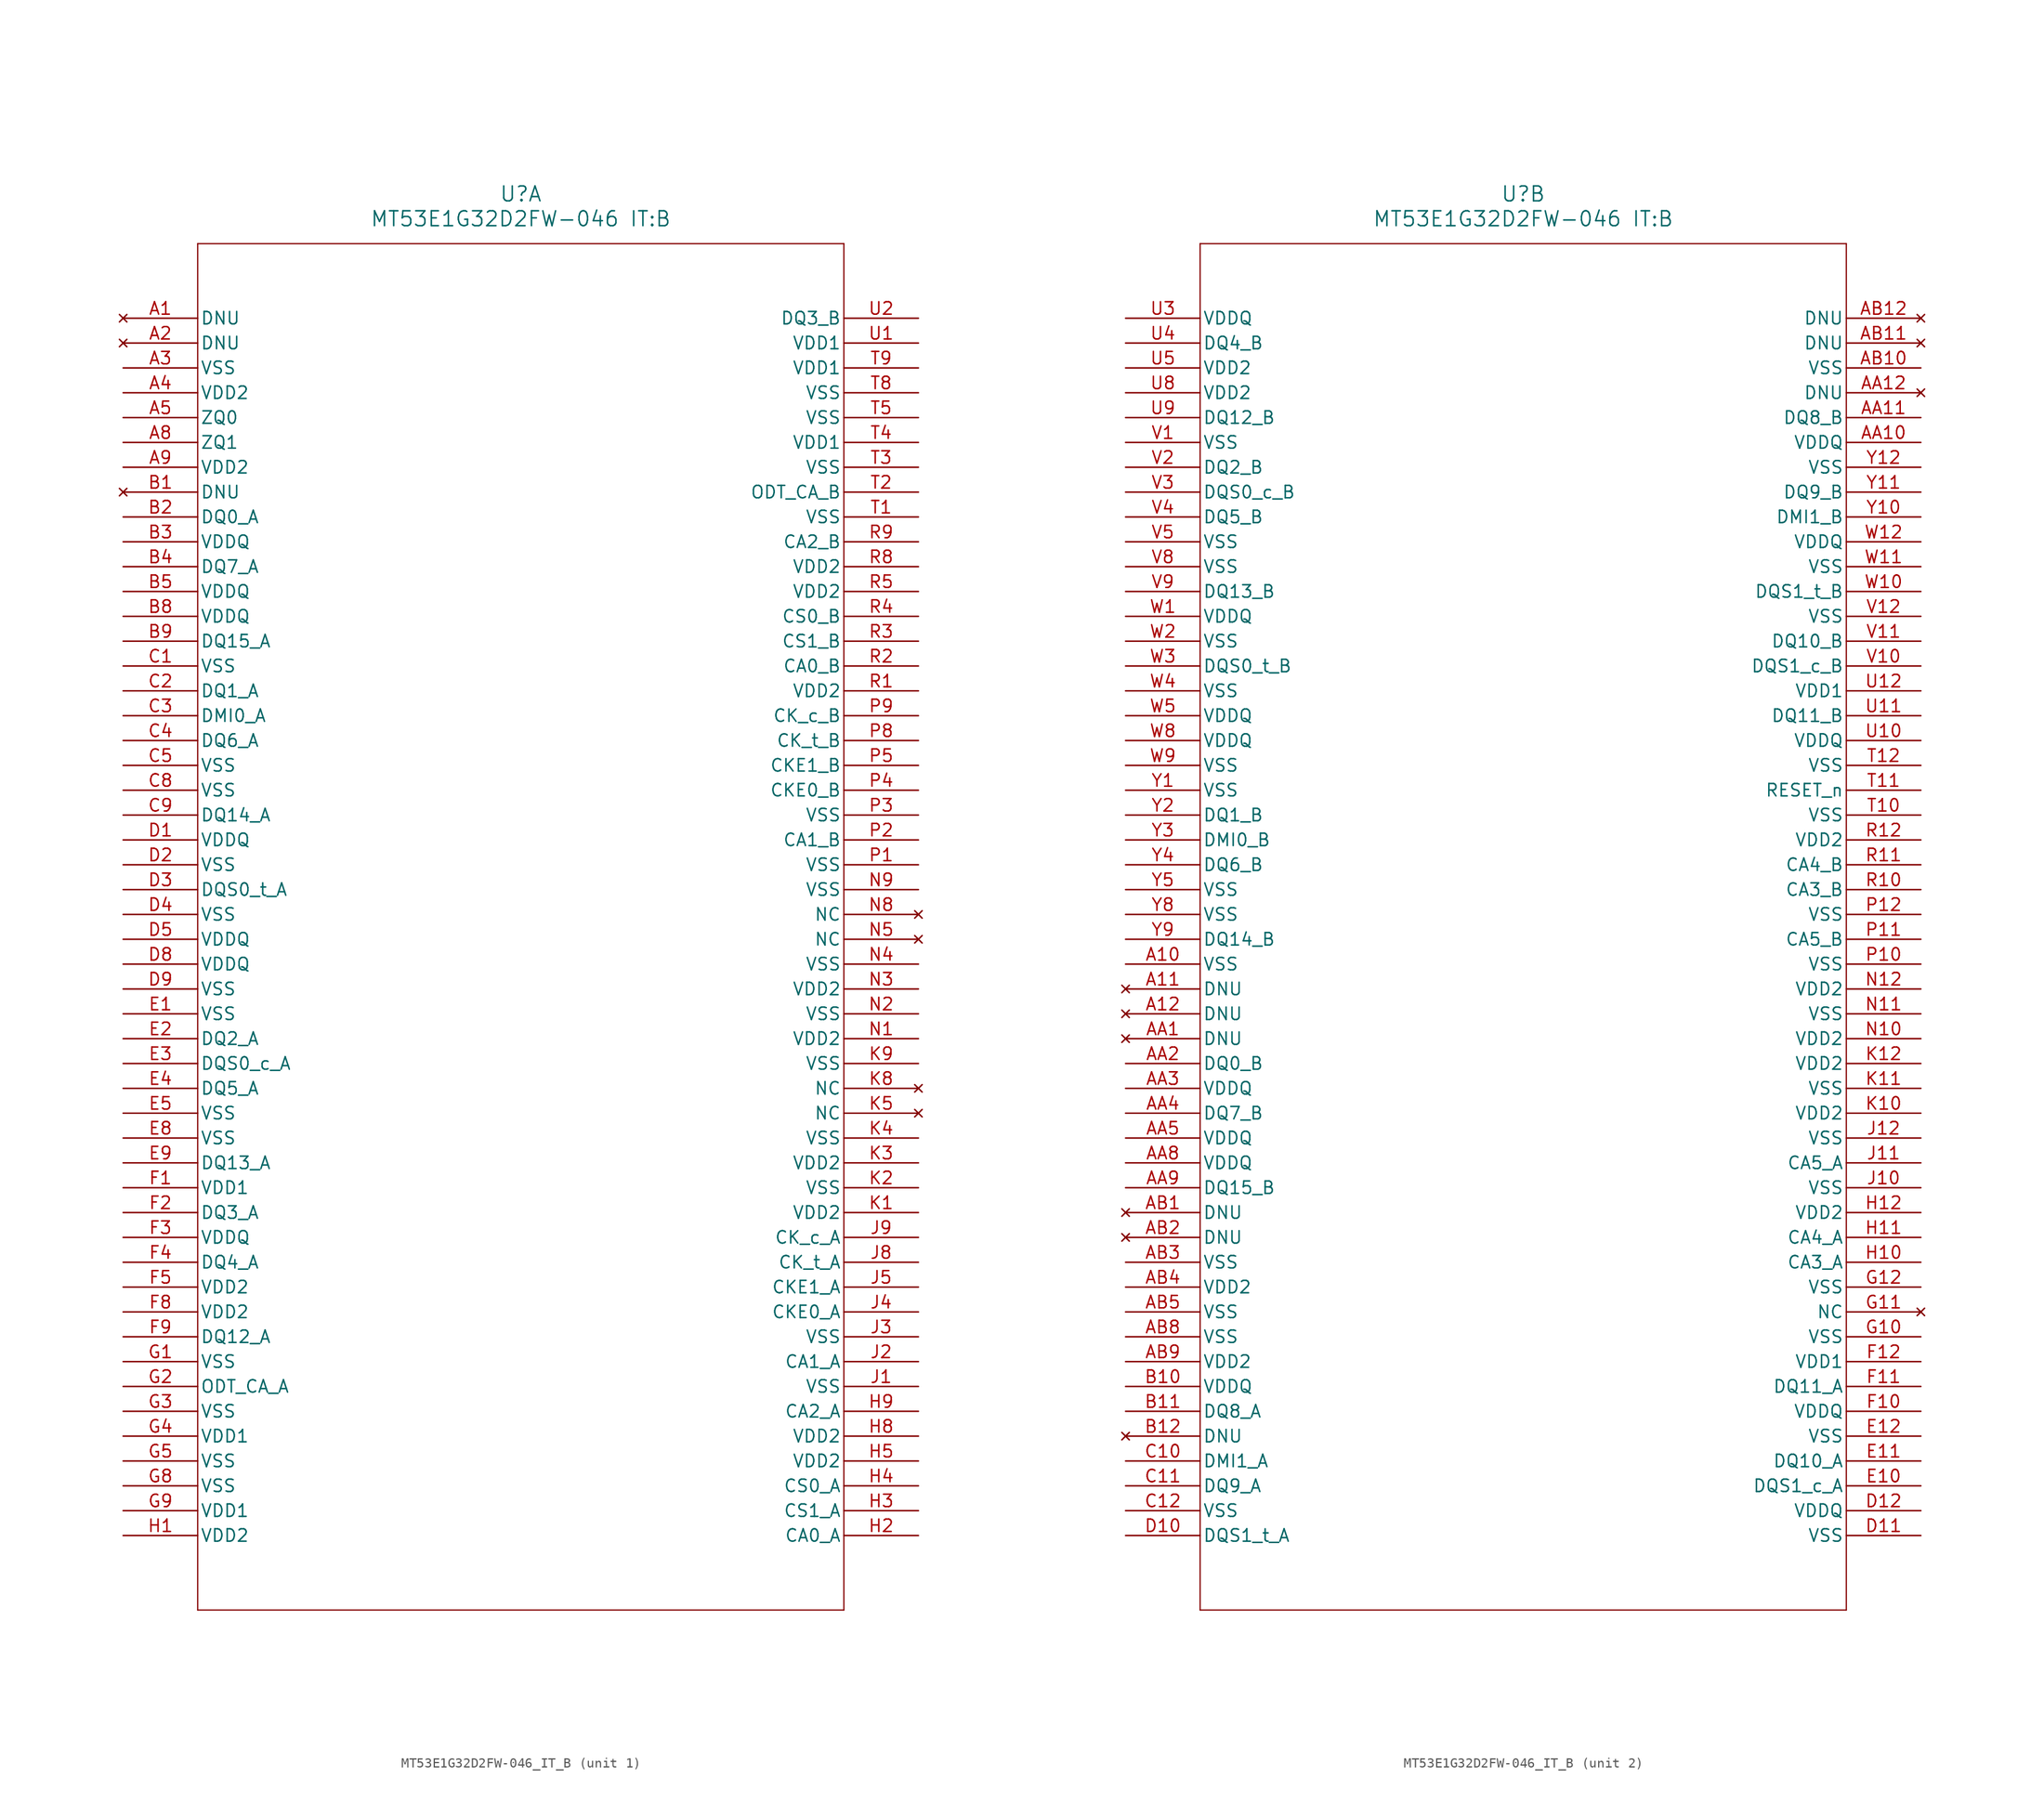
<source format=kicad_sym>
(kicad_symbol_lib
  (version 20211014)
  (generator kicad_symbol_editor)
  (symbol "MT53E1G32D2FW-046_IT_B"
    (pin_names
      (offset 0.254))
    (property "Reference" "U"
      (at 40.64 12.7 0)
      (effects (font (size 1.524 1.524))))
    (property "Value" "MT53E1G32D2FW-046 IT:B"
      (at 40.64 10.16 0)
      (effects (font (size 1.524 1.524))))
    (symbol "MT53E1G32D2FW-046_IT_B_1_1"
      (polyline (pts (xy 7.62 7.62) (xy 7.62 -132.08)) (stroke (width 0.127) (type default) (color 0 0 0 0)) (fill (type none)))
      (polyline (pts (xy 7.62 -132.08) (xy 73.66 -132.08)) (stroke (width 0.127) (type default) (color 0 0 0 0)) (fill (type none)))
      (polyline (pts (xy 73.66 -132.08) (xy 73.66 7.62)) (stroke (width 0.127) (type default) (color 0 0 0 0)) (fill (type none)))
      (polyline (pts (xy 73.66 7.62) (xy 7.62 7.62)) (stroke (width 0.127) (type default) (color 0 0 0 0)) (fill (type none)))
      (pin no_connect line (at 0 0 0) (length 7.62) (name "DNU" (effects (font (size 1.27 1.27)))) (number "A1" (effects (font (size 1.27 1.27)))))
      (pin no_connect line (at 0 -2.54 0) (length 7.62) (name "DNU" (effects (font (size 1.27 1.27)))) (number "A2" (effects (font (size 1.27 1.27)))))
      (pin power_out line (at 0 -5.08 0) (length 7.62) (name "VSS" (effects (font (size 1.27 1.27)))) (number "A3" (effects (font (size 1.27 1.27)))))
      (pin power_in line (at 0 -7.62 0) (length 7.62) (name "VDD2" (effects (font (size 1.27 1.27)))) (number "A4" (effects (font (size 1.27 1.27)))))
      (pin bidirectional line (at 0 -10.16 0) (length 7.62) (name "ZQ0" (effects (font (size 1.27 1.27)))) (number "A5" (effects (font (size 1.27 1.27)))))
      (pin power_in line (at 0 -12.7 0) (length 7.62) (name "ZQ1" (effects (font (size 1.27 1.27)))) (number "A8" (effects (font (size 1.27 1.27)))))
      (pin power_in line (at 0 -15.24 0) (length 7.62) (name "VDD2" (effects (font (size 1.27 1.27)))) (number "A9" (effects (font (size 1.27 1.27)))))
      (pin no_connect line (at 0 -17.78 0) (length 7.62) (name "DNU" (effects (font (size 1.27 1.27)))) (number "B1" (effects (font (size 1.27 1.27)))))
      (pin bidirectional line (at 0 -20.32 0) (length 7.62) (name "DQ0_A" (effects (font (size 1.27 1.27)))) (number "B2" (effects (font (size 1.27 1.27)))))
      (pin power_in line (at 0 -22.86 0) (length 7.62) (name "VDDQ" (effects (font (size 1.27 1.27)))) (number "B3" (effects (font (size 1.27 1.27)))))
      (pin bidirectional line (at 0 -25.4 0) (length 7.62) (name "DQ7_A" (effects (font (size 1.27 1.27)))) (number "B4" (effects (font (size 1.27 1.27)))))
      (pin power_in line (at 0 -27.94 0) (length 7.62) (name "VDDQ" (effects (font (size 1.27 1.27)))) (number "B5" (effects (font (size 1.27 1.27)))))
      (pin power_in line (at 0 -30.48 0) (length 7.62) (name "VDDQ" (effects (font (size 1.27 1.27)))) (number "B8" (effects (font (size 1.27 1.27)))))
      (pin bidirectional line (at 0 -33.02 0) (length 7.62) (name "DQ15_A" (effects (font (size 1.27 1.27)))) (number "B9" (effects (font (size 1.27 1.27)))))
      (pin power_out line (at 0 -35.56 0) (length 7.62) (name "VSS" (effects (font (size 1.27 1.27)))) (number "C1" (effects (font (size 1.27 1.27)))))
      (pin bidirectional line (at 0 -38.1 0) (length 7.62) (name "DQ1_A" (effects (font (size 1.27 1.27)))) (number "C2" (effects (font (size 1.27 1.27)))))
      (pin bidirectional line (at 0 -40.64 0) (length 7.62) (name "DMI0_A" (effects (font (size 1.27 1.27)))) (number "C3" (effects (font (size 1.27 1.27)))))
      (pin bidirectional line (at 0 -43.18 0) (length 7.62) (name "DQ6_A" (effects (font (size 1.27 1.27)))) (number "C4" (effects (font (size 1.27 1.27)))))
      (pin power_out line (at 0 -45.72 0) (length 7.62) (name "VSS" (effects (font (size 1.27 1.27)))) (number "C5" (effects (font (size 1.27 1.27)))))
      (pin power_out line (at 0 -48.26 0) (length 7.62) (name "VSS" (effects (font (size 1.27 1.27)))) (number "C8" (effects (font (size 1.27 1.27)))))
      (pin bidirectional line (at 0 -50.8 0) (length 7.62) (name "DQ14_A" (effects (font (size 1.27 1.27)))) (number "C9" (effects (font (size 1.27 1.27)))))
      (pin power_in line (at 0 -53.34 0) (length 7.62) (name "VDDQ" (effects (font (size 1.27 1.27)))) (number "D1" (effects (font (size 1.27 1.27)))))
      (pin power_out line (at 0 -55.88 0) (length 7.62) (name "VSS" (effects (font (size 1.27 1.27)))) (number "D2" (effects (font (size 1.27 1.27)))))
      (pin bidirectional line (at 0 -58.42 0) (length 7.62) (name "DQS0_t_A" (effects (font (size 1.27 1.27)))) (number "D3" (effects (font (size 1.27 1.27)))))
      (pin power_out line (at 0 -60.96 0) (length 7.62) (name "VSS" (effects (font (size 1.27 1.27)))) (number "D4" (effects (font (size 1.27 1.27)))))
      (pin power_in line (at 0 -63.5 0) (length 7.62) (name "VDDQ" (effects (font (size 1.27 1.27)))) (number "D5" (effects (font (size 1.27 1.27)))))
      (pin power_in line (at 0 -66.04 0) (length 7.62) (name "VDDQ" (effects (font (size 1.27 1.27)))) (number "D8" (effects (font (size 1.27 1.27)))))
      (pin power_out line (at 0 -68.58 0) (length 7.62) (name "VSS" (effects (font (size 1.27 1.27)))) (number "D9" (effects (font (size 1.27 1.27)))))
      (pin power_out line (at 0 -71.12 0) (length 7.62) (name "VSS" (effects (font (size 1.27 1.27)))) (number "E1" (effects (font (size 1.27 1.27)))))
      (pin bidirectional line (at 0 -73.66 0) (length 7.62) (name "DQ2_A" (effects (font (size 1.27 1.27)))) (number "E2" (effects (font (size 1.27 1.27)))))
      (pin bidirectional line (at 0 -76.2 0) (length 7.62) (name "DQS0_c_A" (effects (font (size 1.27 1.27)))) (number "E3" (effects (font (size 1.27 1.27)))))
      (pin bidirectional line (at 0 -78.74 0) (length 7.62) (name "DQ5_A" (effects (font (size 1.27 1.27)))) (number "E4" (effects (font (size 1.27 1.27)))))
      (pin power_out line (at 0 -81.28 0) (length 7.62) (name "VSS" (effects (font (size 1.27 1.27)))) (number "E5" (effects (font (size 1.27 1.27)))))
      (pin power_out line (at 0 -83.82 0) (length 7.62) (name "VSS" (effects (font (size 1.27 1.27)))) (number "E8" (effects (font (size 1.27 1.27)))))
      (pin bidirectional line (at 0 -86.36 0) (length 7.62) (name "DQ13_A" (effects (font (size 1.27 1.27)))) (number "E9" (effects (font (size 1.27 1.27)))))
      (pin power_in line (at 0 -88.9 0) (length 7.62) (name "VDD1" (effects (font (size 1.27 1.27)))) (number "F1" (effects (font (size 1.27 1.27)))))
      (pin bidirectional line (at 0 -91.44 0) (length 7.62) (name "DQ3_A" (effects (font (size 1.27 1.27)))) (number "F2" (effects (font (size 1.27 1.27)))))
      (pin power_in line (at 0 -93.98 0) (length 7.62) (name "VDDQ" (effects (font (size 1.27 1.27)))) (number "F3" (effects (font (size 1.27 1.27)))))
      (pin bidirectional line (at 0 -96.52 0) (length 7.62) (name "DQ4_A" (effects (font (size 1.27 1.27)))) (number "F4" (effects (font (size 1.27 1.27)))))
      (pin power_in line (at 0 -99.06 0) (length 7.62) (name "VDD2" (effects (font (size 1.27 1.27)))) (number "F5" (effects (font (size 1.27 1.27)))))
      (pin power_in line (at 0 -101.6 0) (length 7.62) (name "VDD2" (effects (font (size 1.27 1.27)))) (number "F8" (effects (font (size 1.27 1.27)))))
      (pin bidirectional line (at 0 -104.14 0) (length 7.62) (name "DQ12_A" (effects (font (size 1.27 1.27)))) (number "F9" (effects (font (size 1.27 1.27)))))
      (pin power_out line (at 0 -106.68 0) (length 7.62) (name "VSS" (effects (font (size 1.27 1.27)))) (number "G1" (effects (font (size 1.27 1.27)))))
      (pin input line (at 0 -109.22 0) (length 7.62) (name "ODT_CA_A" (effects (font (size 1.27 1.27)))) (number "G2" (effects (font (size 1.27 1.27)))))
      (pin power_out line (at 0 -111.76 0) (length 7.62) (name "VSS" (effects (font (size 1.27 1.27)))) (number "G3" (effects (font (size 1.27 1.27)))))
      (pin power_in line (at 0 -114.3 0) (length 7.62) (name "VDD1" (effects (font (size 1.27 1.27)))) (number "G4" (effects (font (size 1.27 1.27)))))
      (pin power_out line (at 0 -116.84 0) (length 7.62) (name "VSS" (effects (font (size 1.27 1.27)))) (number "G5" (effects (font (size 1.27 1.27)))))
      (pin power_out line (at 0 -119.38 0) (length 7.62) (name "VSS" (effects (font (size 1.27 1.27)))) (number "G8" (effects (font (size 1.27 1.27)))))
      (pin power_in line (at 0 -121.92 0) (length 7.62) (name "VDD1" (effects (font (size 1.27 1.27)))) (number "G9" (effects (font (size 1.27 1.27)))))
      (pin power_in line (at 0 -124.46 0) (length 7.62) (name "VDD2" (effects (font (size 1.27 1.27)))) (number "H1" (effects (font (size 1.27 1.27)))))
      (pin input line (at 81.28 -124.46 180) (length 7.62) (name "CA0_A" (effects (font (size 1.27 1.27)))) (number "H2" (effects (font (size 1.27 1.27)))))
      (pin input line (at 81.28 -121.92 180) (length 7.62) (name "CS1_A" (effects (font (size 1.27 1.27)))) (number "H3" (effects (font (size 1.27 1.27)))))
      (pin input line (at 81.28 -119.38 180) (length 7.62) (name "CS0_A" (effects (font (size 1.27 1.27)))) (number "H4" (effects (font (size 1.27 1.27)))))
      (pin power_in line (at 81.28 -116.84 180) (length 7.62) (name "VDD2" (effects (font (size 1.27 1.27)))) (number "H5" (effects (font (size 1.27 1.27)))))
      (pin power_in line (at 81.28 -114.3 180) (length 7.62) (name "VDD2" (effects (font (size 1.27 1.27)))) (number "H8" (effects (font (size 1.27 1.27)))))
      (pin input line (at 81.28 -111.76 180) (length 7.62) (name "CA2_A" (effects (font (size 1.27 1.27)))) (number "H9" (effects (font (size 1.27 1.27)))))
      (pin power_out line (at 81.28 -109.22 180) (length 7.62) (name "VSS" (effects (font (size 1.27 1.27)))) (number "J1" (effects (font (size 1.27 1.27)))))
      (pin input line (at 81.28 -106.68 180) (length 7.62) (name "CA1_A" (effects (font (size 1.27 1.27)))) (number "J2" (effects (font (size 1.27 1.27)))))
      (pin power_out line (at 81.28 -104.14 180) (length 7.62) (name "VSS" (effects (font (size 1.27 1.27)))) (number "J3" (effects (font (size 1.27 1.27)))))
      (pin input line (at 81.28 -101.6 180) (length 7.62) (name "CKE0_A" (effects (font (size 1.27 1.27)))) (number "J4" (effects (font (size 1.27 1.27)))))
      (pin input line (at 81.28 -99.06 180) (length 7.62) (name "CKE1_A" (effects (font (size 1.27 1.27)))) (number "J5" (effects (font (size 1.27 1.27)))))
      (pin input line (at 81.28 -96.52 180) (length 7.62) (name "CK_t_A" (effects (font (size 1.27 1.27)))) (number "J8" (effects (font (size 1.27 1.27)))))
      (pin input line (at 81.28 -93.98 180) (length 7.62) (name "CK_c_A" (effects (font (size 1.27 1.27)))) (number "J9" (effects (font (size 1.27 1.27)))))
      (pin power_in line (at 81.28 -91.44 180) (length 7.62) (name "VDD2" (effects (font (size 1.27 1.27)))) (number "K1" (effects (font (size 1.27 1.27)))))
      (pin power_out line (at 81.28 -88.9 180) (length 7.62) (name "VSS" (effects (font (size 1.27 1.27)))) (number "K2" (effects (font (size 1.27 1.27)))))
      (pin power_in line (at 81.28 -86.36 180) (length 7.62) (name "VDD2" (effects (font (size 1.27 1.27)))) (number "K3" (effects (font (size 1.27 1.27)))))
      (pin power_out line (at 81.28 -83.82 180) (length 7.62) (name "VSS" (effects (font (size 1.27 1.27)))) (number "K4" (effects (font (size 1.27 1.27)))))
      (pin no_connect line (at 81.28 -81.28 180) (length 7.62) (name "NC" (effects (font (size 1.27 1.27)))) (number "K5" (effects (font (size 1.27 1.27)))))
      (pin no_connect line (at 81.28 -78.74 180) (length 7.62) (name "NC" (effects (font (size 1.27 1.27)))) (number "K8" (effects (font (size 1.27 1.27)))))
      (pin power_out line (at 81.28 -76.2 180) (length 7.62) (name "VSS" (effects (font (size 1.27 1.27)))) (number "K9" (effects (font (size 1.27 1.27)))))
      (pin power_in line (at 81.28 -73.66 180) (length 7.62) (name "VDD2" (effects (font (size 1.27 1.27)))) (number "N1" (effects (font (size 1.27 1.27)))))
      (pin power_out line (at 81.28 -71.12 180) (length 7.62) (name "VSS" (effects (font (size 1.27 1.27)))) (number "N2" (effects (font (size 1.27 1.27)))))
      (pin power_in line (at 81.28 -68.58 180) (length 7.62) (name "VDD2" (effects (font (size 1.27 1.27)))) (number "N3" (effects (font (size 1.27 1.27)))))
      (pin power_out line (at 81.28 -66.04 180) (length 7.62) (name "VSS" (effects (font (size 1.27 1.27)))) (number "N4" (effects (font (size 1.27 1.27)))))
      (pin no_connect line (at 81.28 -63.5 180) (length 7.62) (name "NC" (effects (font (size 1.27 1.27)))) (number "N5" (effects (font (size 1.27 1.27)))))
      (pin no_connect line (at 81.28 -60.96 180) (length 7.62) (name "NC" (effects (font (size 1.27 1.27)))) (number "N8" (effects (font (size 1.27 1.27)))))
      (pin power_out line (at 81.28 -58.42 180) (length 7.62) (name "VSS" (effects (font (size 1.27 1.27)))) (number "N9" (effects (font (size 1.27 1.27)))))
      (pin power_out line (at 81.28 -55.88 180) (length 7.62) (name "VSS" (effects (font (size 1.27 1.27)))) (number "P1" (effects (font (size 1.27 1.27)))))
      (pin input line (at 81.28 -53.34 180) (length 7.62) (name "CA1_B" (effects (font (size 1.27 1.27)))) (number "P2" (effects (font (size 1.27 1.27)))))
      (pin power_out line (at 81.28 -50.8 180) (length 7.62) (name "VSS" (effects (font (size 1.27 1.27)))) (number "P3" (effects (font (size 1.27 1.27)))))
      (pin input line (at 81.28 -48.26 180) (length 7.62) (name "CKE0_B" (effects (font (size 1.27 1.27)))) (number "P4" (effects (font (size 1.27 1.27)))))
      (pin input line (at 81.28 -45.72 180) (length 7.62) (name "CKE1_B" (effects (font (size 1.27 1.27)))) (number "P5" (effects (font (size 1.27 1.27)))))
      (pin input line (at 81.28 -43.18 180) (length 7.62) (name "CK_t_B" (effects (font (size 1.27 1.27)))) (number "P8" (effects (font (size 1.27 1.27)))))
      (pin input line (at 81.28 -40.64 180) (length 7.62) (name "CK_c_B" (effects (font (size 1.27 1.27)))) (number "P9" (effects (font (size 1.27 1.27)))))
      (pin power_in line (at 81.28 -38.1 180) (length 7.62) (name "VDD2" (effects (font (size 1.27 1.27)))) (number "R1" (effects (font (size 1.27 1.27)))))
      (pin input line (at 81.28 -35.56 180) (length 7.62) (name "CA0_B" (effects (font (size 1.27 1.27)))) (number "R2" (effects (font (size 1.27 1.27)))))
      (pin input line (at 81.28 -33.02 180) (length 7.62) (name "CS1_B" (effects (font (size 1.27 1.27)))) (number "R3" (effects (font (size 1.27 1.27)))))
      (pin input line (at 81.28 -30.48 180) (length 7.62) (name "CS0_B" (effects (font (size 1.27 1.27)))) (number "R4" (effects (font (size 1.27 1.27)))))
      (pin power_in line (at 81.28 -27.94 180) (length 7.62) (name "VDD2" (effects (font (size 1.27 1.27)))) (number "R5" (effects (font (size 1.27 1.27)))))
      (pin power_in line (at 81.28 -25.4 180) (length 7.62) (name "VDD2" (effects (font (size 1.27 1.27)))) (number "R8" (effects (font (size 1.27 1.27)))))
      (pin input line (at 81.28 -22.86 180) (length 7.62) (name "CA2_B" (effects (font (size 1.27 1.27)))) (number "R9" (effects (font (size 1.27 1.27)))))
      (pin power_out line (at 81.28 -20.32 180) (length 7.62) (name "VSS" (effects (font (size 1.27 1.27)))) (number "T1" (effects (font (size 1.27 1.27)))))
      (pin input line (at 81.28 -17.78 180) (length 7.62) (name "ODT_CA_B" (effects (font (size 1.27 1.27)))) (number "T2" (effects (font (size 1.27 1.27)))))
      (pin power_out line (at 81.28 -15.24 180) (length 7.62) (name "VSS" (effects (font (size 1.27 1.27)))) (number "T3" (effects (font (size 1.27 1.27)))))
      (pin power_in line (at 81.28 -12.7 180) (length 7.62) (name "VDD1" (effects (font (size 1.27 1.27)))) (number "T4" (effects (font (size 1.27 1.27)))))
      (pin power_out line (at 81.28 -10.16 180) (length 7.62) (name "VSS" (effects (font (size 1.27 1.27)))) (number "T5" (effects (font (size 1.27 1.27)))))
      (pin power_out line (at 81.28 -7.62 180) (length 7.62) (name "VSS" (effects (font (size 1.27 1.27)))) (number "T8" (effects (font (size 1.27 1.27)))))
      (pin power_in line (at 81.28 -5.08 180) (length 7.62) (name "VDD1" (effects (font (size 1.27 1.27)))) (number "T9" (effects (font (size 1.27 1.27)))))
      (pin power_in line (at 81.28 -2.54 180) (length 7.62) (name "VDD1" (effects (font (size 1.27 1.27)))) (number "U1" (effects (font (size 1.27 1.27)))))
      (pin bidirectional line (at 81.28 0 180) (length 7.62) (name "DQ3_B" (effects (font (size 1.27 1.27)))) (number "U2" (effects (font (size 1.27 1.27))))))
    (symbol "MT53E1G32D2FW-046_IT_B_2_1"
      (polyline (pts (xy 7.62 7.62) (xy 7.62 -132.08)) (stroke (width 0.127) (type default) (color 0 0 0 0)) (fill (type none)))
      (polyline (pts (xy 7.62 -132.08) (xy 73.66 -132.08)) (stroke (width 0.127) (type default) (color 0 0 0 0)) (fill (type none)))
      (polyline (pts (xy 73.66 -132.08) (xy 73.66 7.62)) (stroke (width 0.127) (type default) (color 0 0 0 0)) (fill (type none)))
      (polyline (pts (xy 73.66 7.62) (xy 7.62 7.62)) (stroke (width 0.127) (type default) (color 0 0 0 0)) (fill (type none)))
      (pin power_in line (at 0 0 0) (length 7.62) (name "VDDQ" (effects (font (size 1.27 1.27)))) (number "U3" (effects (font (size 1.27 1.27)))))
      (pin bidirectional line (at 0 -2.54 0) (length 7.62) (name "DQ4_B" (effects (font (size 1.27 1.27)))) (number "U4" (effects (font (size 1.27 1.27)))))
      (pin power_in line (at 0 -5.08 0) (length 7.62) (name "VDD2" (effects (font (size 1.27 1.27)))) (number "U5" (effects (font (size 1.27 1.27)))))
      (pin power_in line (at 0 -7.62 0) (length 7.62) (name "VDD2" (effects (font (size 1.27 1.27)))) (number "U8" (effects (font (size 1.27 1.27)))))
      (pin bidirectional line (at 0 -10.16 0) (length 7.62) (name "DQ12_B" (effects (font (size 1.27 1.27)))) (number "U9" (effects (font (size 1.27 1.27)))))
      (pin power_out line (at 0 -12.7 0) (length 7.62) (name "VSS" (effects (font (size 1.27 1.27)))) (number "V1" (effects (font (size 1.27 1.27)))))
      (pin bidirectional line (at 0 -15.24 0) (length 7.62) (name "DQ2_B" (effects (font (size 1.27 1.27)))) (number "V2" (effects (font (size 1.27 1.27)))))
      (pin bidirectional line (at 0 -17.78 0) (length 7.62) (name "DQS0_c_B" (effects (font (size 1.27 1.27)))) (number "V3" (effects (font (size 1.27 1.27)))))
      (pin bidirectional line (at 0 -20.32 0) (length 7.62) (name "DQ5_B" (effects (font (size 1.27 1.27)))) (number "V4" (effects (font (size 1.27 1.27)))))
      (pin power_out line (at 0 -22.86 0) (length 7.62) (name "VSS" (effects (font (size 1.27 1.27)))) (number "V5" (effects (font (size 1.27 1.27)))))
      (pin power_out line (at 0 -25.4 0) (length 7.62) (name "VSS" (effects (font (size 1.27 1.27)))) (number "V8" (effects (font (size 1.27 1.27)))))
      (pin bidirectional line (at 0 -27.94 0) (length 7.62) (name "DQ13_B" (effects (font (size 1.27 1.27)))) (number "V9" (effects (font (size 1.27 1.27)))))
      (pin power_in line (at 0 -30.48 0) (length 7.62) (name "VDDQ" (effects (font (size 1.27 1.27)))) (number "W1" (effects (font (size 1.27 1.27)))))
      (pin power_out line (at 0 -33.02 0) (length 7.62) (name "VSS" (effects (font (size 1.27 1.27)))) (number "W2" (effects (font (size 1.27 1.27)))))
      (pin bidirectional line (at 0 -35.56 0) (length 7.62) (name "DQS0_t_B" (effects (font (size 1.27 1.27)))) (number "W3" (effects (font (size 1.27 1.27)))))
      (pin power_out line (at 0 -38.1 0) (length 7.62) (name "VSS" (effects (font (size 1.27 1.27)))) (number "W4" (effects (font (size 1.27 1.27)))))
      (pin power_in line (at 0 -40.64 0) (length 7.62) (name "VDDQ" (effects (font (size 1.27 1.27)))) (number "W5" (effects (font (size 1.27 1.27)))))
      (pin power_in line (at 0 -43.18 0) (length 7.62) (name "VDDQ" (effects (font (size 1.27 1.27)))) (number "W8" (effects (font (size 1.27 1.27)))))
      (pin power_out line (at 0 -45.72 0) (length 7.62) (name "VSS" (effects (font (size 1.27 1.27)))) (number "W9" (effects (font (size 1.27 1.27)))))
      (pin power_out line (at 0 -48.26 0) (length 7.62) (name "VSS" (effects (font (size 1.27 1.27)))) (number "Y1" (effects (font (size 1.27 1.27)))))
      (pin bidirectional line (at 0 -50.8 0) (length 7.62) (name "DQ1_B" (effects (font (size 1.27 1.27)))) (number "Y2" (effects (font (size 1.27 1.27)))))
      (pin bidirectional line (at 0 -53.34 0) (length 7.62) (name "DMI0_B" (effects (font (size 1.27 1.27)))) (number "Y3" (effects (font (size 1.27 1.27)))))
      (pin bidirectional line (at 0 -55.88 0) (length 7.62) (name "DQ6_B" (effects (font (size 1.27 1.27)))) (number "Y4" (effects (font (size 1.27 1.27)))))
      (pin power_out line (at 0 -58.42 0) (length 7.62) (name "VSS" (effects (font (size 1.27 1.27)))) (number "Y5" (effects (font (size 1.27 1.27)))))
      (pin power_out line (at 0 -60.96 0) (length 7.62) (name "VSS" (effects (font (size 1.27 1.27)))) (number "Y8" (effects (font (size 1.27 1.27)))))
      (pin bidirectional line (at 0 -63.5 0) (length 7.62) (name "DQ14_B" (effects (font (size 1.27 1.27)))) (number "Y9" (effects (font (size 1.27 1.27)))))
      (pin power_out line (at 0 -66.04 0) (length 7.62) (name "VSS" (effects (font (size 1.27 1.27)))) (number "A10" (effects (font (size 1.27 1.27)))))
      (pin no_connect line (at 0 -68.58 0) (length 7.62) (name "DNU" (effects (font (size 1.27 1.27)))) (number "A11" (effects (font (size 1.27 1.27)))))
      (pin no_connect line (at 0 -71.12 0) (length 7.62) (name "DNU" (effects (font (size 1.27 1.27)))) (number "A12" (effects (font (size 1.27 1.27)))))
      (pin no_connect line (at 0 -73.66 0) (length 7.62) (name "DNU" (effects (font (size 1.27 1.27)))) (number "AA1" (effects (font (size 1.27 1.27)))))
      (pin bidirectional line (at 0 -76.2 0) (length 7.62) (name "DQ0_B" (effects (font (size 1.27 1.27)))) (number "AA2" (effects (font (size 1.27 1.27)))))
      (pin power_in line (at 0 -78.74 0) (length 7.62) (name "VDDQ" (effects (font (size 1.27 1.27)))) (number "AA3" (effects (font (size 1.27 1.27)))))
      (pin bidirectional line (at 0 -81.28 0) (length 7.62) (name "DQ7_B" (effects (font (size 1.27 1.27)))) (number "AA4" (effects (font (size 1.27 1.27)))))
      (pin power_in line (at 0 -83.82 0) (length 7.62) (name "VDDQ" (effects (font (size 1.27 1.27)))) (number "AA5" (effects (font (size 1.27 1.27)))))
      (pin power_in line (at 0 -86.36 0) (length 7.62) (name "VDDQ" (effects (font (size 1.27 1.27)))) (number "AA8" (effects (font (size 1.27 1.27)))))
      (pin bidirectional line (at 0 -88.9 0) (length 7.62) (name "DQ15_B" (effects (font (size 1.27 1.27)))) (number "AA9" (effects (font (size 1.27 1.27)))))
      (pin no_connect line (at 0 -91.44 0) (length 7.62) (name "DNU" (effects (font (size 1.27 1.27)))) (number "AB1" (effects (font (size 1.27 1.27)))))
      (pin no_connect line (at 0 -93.98 0) (length 7.62) (name "DNU" (effects (font (size 1.27 1.27)))) (number "AB2" (effects (font (size 1.27 1.27)))))
      (pin power_out line (at 0 -96.52 0) (length 7.62) (name "VSS" (effects (font (size 1.27 1.27)))) (number "AB3" (effects (font (size 1.27 1.27)))))
      (pin power_in line (at 0 -99.06 0) (length 7.62) (name "VDD2" (effects (font (size 1.27 1.27)))) (number "AB4" (effects (font (size 1.27 1.27)))))
      (pin power_out line (at 0 -101.6 0) (length 7.62) (name "VSS" (effects (font (size 1.27 1.27)))) (number "AB5" (effects (font (size 1.27 1.27)))))
      (pin power_out line (at 0 -104.14 0) (length 7.62) (name "VSS" (effects (font (size 1.27 1.27)))) (number "AB8" (effects (font (size 1.27 1.27)))))
      (pin power_in line (at 0 -106.68 0) (length 7.62) (name "VDD2" (effects (font (size 1.27 1.27)))) (number "AB9" (effects (font (size 1.27 1.27)))))
      (pin power_in line (at 0 -109.22 0) (length 7.62) (name "VDDQ" (effects (font (size 1.27 1.27)))) (number "B10" (effects (font (size 1.27 1.27)))))
      (pin bidirectional line (at 0 -111.76 0) (length 7.62) (name "DQ8_A" (effects (font (size 1.27 1.27)))) (number "B11" (effects (font (size 1.27 1.27)))))
      (pin no_connect line (at 0 -114.3 0) (length 7.62) (name "DNU" (effects (font (size 1.27 1.27)))) (number "B12" (effects (font (size 1.27 1.27)))))
      (pin bidirectional line (at 0 -116.84 0) (length 7.62) (name "DMI1_A" (effects (font (size 1.27 1.27)))) (number "C10" (effects (font (size 1.27 1.27)))))
      (pin bidirectional line (at 0 -119.38 0) (length 7.62) (name "DQ9_A" (effects (font (size 1.27 1.27)))) (number "C11" (effects (font (size 1.27 1.27)))))
      (pin power_out line (at 0 -121.92 0) (length 7.62) (name "VSS" (effects (font (size 1.27 1.27)))) (number "C12" (effects (font (size 1.27 1.27)))))
      (pin bidirectional line (at 0 -124.46 0) (length 7.62) (name "DQS1_t_A" (effects (font (size 1.27 1.27)))) (number "D10" (effects (font (size 1.27 1.27)))))
      (pin power_out line (at 81.28 -124.46 180) (length 7.62) (name "VSS" (effects (font (size 1.27 1.27)))) (number "D11" (effects (font (size 1.27 1.27)))))
      (pin power_in line (at 81.28 -121.92 180) (length 7.62) (name "VDDQ" (effects (font (size 1.27 1.27)))) (number "D12" (effects (font (size 1.27 1.27)))))
      (pin bidirectional line (at 81.28 -119.38 180) (length 7.62) (name "DQS1_c_A" (effects (font (size 1.27 1.27)))) (number "E10" (effects (font (size 1.27 1.27)))))
      (pin bidirectional line (at 81.28 -116.84 180) (length 7.62) (name "DQ10_A" (effects (font (size 1.27 1.27)))) (number "E11" (effects (font (size 1.27 1.27)))))
      (pin power_out line (at 81.28 -114.3 180) (length 7.62) (name "VSS" (effects (font (size 1.27 1.27)))) (number "E12" (effects (font (size 1.27 1.27)))))
      (pin power_in line (at 81.28 -111.76 180) (length 7.62) (name "VDDQ" (effects (font (size 1.27 1.27)))) (number "F10" (effects (font (size 1.27 1.27)))))
      (pin bidirectional line (at 81.28 -109.22 180) (length 7.62) (name "DQ11_A" (effects (font (size 1.27 1.27)))) (number "F11" (effects (font (size 1.27 1.27)))))
      (pin power_in line (at 81.28 -106.68 180) (length 7.62) (name "VDD1" (effects (font (size 1.27 1.27)))) (number "F12" (effects (font (size 1.27 1.27)))))
      (pin power_out line (at 81.28 -104.14 180) (length 7.62) (name "VSS" (effects (font (size 1.27 1.27)))) (number "G10" (effects (font (size 1.27 1.27)))))
      (pin no_connect line (at 81.28 -101.6 180) (length 7.62) (name "NC" (effects (font (size 1.27 1.27)))) (number "G11" (effects (font (size 1.27 1.27)))))
      (pin power_out line (at 81.28 -99.06 180) (length 7.62) (name "VSS" (effects (font (size 1.27 1.27)))) (number "G12" (effects (font (size 1.27 1.27)))))
      (pin input line (at 81.28 -96.52 180) (length 7.62) (name "CA3_A" (effects (font (size 1.27 1.27)))) (number "H10" (effects (font (size 1.27 1.27)))))
      (pin input line (at 81.28 -93.98 180) (length 7.62) (name "CA4_A" (effects (font (size 1.27 1.27)))) (number "H11" (effects (font (size 1.27 1.27)))))
      (pin power_in line (at 81.28 -91.44 180) (length 7.62) (name "VDD2" (effects (font (size 1.27 1.27)))) (number "H12" (effects (font (size 1.27 1.27)))))
      (pin power_out line (at 81.28 -88.9 180) (length 7.62) (name "VSS" (effects (font (size 1.27 1.27)))) (number "J10" (effects (font (size 1.27 1.27)))))
      (pin input line (at 81.28 -86.36 180) (length 7.62) (name "CA5_A" (effects (font (size 1.27 1.27)))) (number "J11" (effects (font (size 1.27 1.27)))))
      (pin power_out line (at 81.28 -83.82 180) (length 7.62) (name "VSS" (effects (font (size 1.27 1.27)))) (number "J12" (effects (font (size 1.27 1.27)))))
      (pin power_in line (at 81.28 -81.28 180) (length 7.62) (name "VDD2" (effects (font (size 1.27 1.27)))) (number "K10" (effects (font (size 1.27 1.27)))))
      (pin power_out line (at 81.28 -78.74 180) (length 7.62) (name "VSS" (effects (font (size 1.27 1.27)))) (number "K11" (effects (font (size 1.27 1.27)))))
      (pin power_in line (at 81.28 -76.2 180) (length 7.62) (name "VDD2" (effects (font (size 1.27 1.27)))) (number "K12" (effects (font (size 1.27 1.27)))))
      (pin power_in line (at 81.28 -73.66 180) (length 7.62) (name "VDD2" (effects (font (size 1.27 1.27)))) (number "N10" (effects (font (size 1.27 1.27)))))
      (pin power_out line (at 81.28 -71.12 180) (length 7.62) (name "VSS" (effects (font (size 1.27 1.27)))) (number "N11" (effects (font (size 1.27 1.27)))))
      (pin power_in line (at 81.28 -68.58 180) (length 7.62) (name "VDD2" (effects (font (size 1.27 1.27)))) (number "N12" (effects (font (size 1.27 1.27)))))
      (pin power_out line (at 81.28 -66.04 180) (length 7.62) (name "VSS" (effects (font (size 1.27 1.27)))) (number "P10" (effects (font (size 1.27 1.27)))))
      (pin input line (at 81.28 -63.5 180) (length 7.62) (name "CA5_B" (effects (font (size 1.27 1.27)))) (number "P11" (effects (font (size 1.27 1.27)))))
      (pin power_out line (at 81.28 -60.96 180) (length 7.62) (name "VSS" (effects (font (size 1.27 1.27)))) (number "P12" (effects (font (size 1.27 1.27)))))
      (pin input line (at 81.28 -58.42 180) (length 7.62) (name "CA3_B" (effects (font (size 1.27 1.27)))) (number "R10" (effects (font (size 1.27 1.27)))))
      (pin input line (at 81.28 -55.88 180) (length 7.62) (name "CA4_B" (effects (font (size 1.27 1.27)))) (number "R11" (effects (font (size 1.27 1.27)))))
      (pin power_in line (at 81.28 -53.34 180) (length 7.62) (name "VDD2" (effects (font (size 1.27 1.27)))) (number "R12" (effects (font (size 1.27 1.27)))))
      (pin power_out line (at 81.28 -50.8 180) (length 7.62) (name "VSS" (effects (font (size 1.27 1.27)))) (number "T10" (effects (font (size 1.27 1.27)))))
      (pin input line (at 81.28 -48.26 180) (length 7.62) (name "RESET_n" (effects (font (size 1.27 1.27)))) (number "T11" (effects (font (size 1.27 1.27)))))
      (pin power_out line (at 81.28 -45.72 180) (length 7.62) (name "VSS" (effects (font (size 1.27 1.27)))) (number "T12" (effects (font (size 1.27 1.27)))))
      (pin power_in line (at 81.28 -43.18 180) (length 7.62) (name "VDDQ" (effects (font (size 1.27 1.27)))) (number "U10" (effects (font (size 1.27 1.27)))))
      (pin bidirectional line (at 81.28 -40.64 180) (length 7.62) (name "DQ11_B" (effects (font (size 1.27 1.27)))) (number "U11" (effects (font (size 1.27 1.27)))))
      (pin power_in line (at 81.28 -38.1 180) (length 7.62) (name "VDD1" (effects (font (size 1.27 1.27)))) (number "U12" (effects (font (size 1.27 1.27)))))
      (pin bidirectional line (at 81.28 -35.56 180) (length 7.62) (name "DQS1_c_B" (effects (font (size 1.27 1.27)))) (number "V10" (effects (font (size 1.27 1.27)))))
      (pin bidirectional line (at 81.28 -33.02 180) (length 7.62) (name "DQ10_B" (effects (font (size 1.27 1.27)))) (number "V11" (effects (font (size 1.27 1.27)))))
      (pin power_out line (at 81.28 -30.48 180) (length 7.62) (name "VSS" (effects (font (size 1.27 1.27)))) (number "V12" (effects (font (size 1.27 1.27)))))
      (pin bidirectional line (at 81.28 -27.94 180) (length 7.62) (name "DQS1_t_B" (effects (font (size 1.27 1.27)))) (number "W10" (effects (font (size 1.27 1.27)))))
      (pin power_out line (at 81.28 -25.4 180) (length 7.62) (name "VSS" (effects (font (size 1.27 1.27)))) (number "W11" (effects (font (size 1.27 1.27)))))
      (pin power_in line (at 81.28 -22.86 180) (length 7.62) (name "VDDQ" (effects (font (size 1.27 1.27)))) (number "W12" (effects (font (size 1.27 1.27)))))
      (pin bidirectional line (at 81.28 -20.32 180) (length 7.62) (name "DMI1_B" (effects (font (size 1.27 1.27)))) (number "Y10" (effects (font (size 1.27 1.27)))))
      (pin bidirectional line (at 81.28 -17.78 180) (length 7.62) (name "DQ9_B" (effects (font (size 1.27 1.27)))) (number "Y11" (effects (font (size 1.27 1.27)))))
      (pin power_out line (at 81.28 -15.24 180) (length 7.62) (name "VSS" (effects (font (size 1.27 1.27)))) (number "Y12" (effects (font (size 1.27 1.27)))))
      (pin power_in line (at 81.28 -12.7 180) (length 7.62) (name "VDDQ" (effects (font (size 1.27 1.27)))) (number "AA10" (effects (font (size 1.27 1.27)))))
      (pin bidirectional line (at 81.28 -10.16 180) (length 7.62) (name "DQ8_B" (effects (font (size 1.27 1.27)))) (number "AA11" (effects (font (size 1.27 1.27)))))
      (pin no_connect line (at 81.28 -7.62 180) (length 7.62) (name "DNU" (effects (font (size 1.27 1.27)))) (number "AA12" (effects (font (size 1.27 1.27)))))
      (pin power_out line (at 81.28 -5.08 180) (length 7.62) (name "VSS" (effects (font (size 1.27 1.27)))) (number "AB10" (effects (font (size 1.27 1.27)))))
      (pin no_connect line (at 81.28 -2.54 180) (length 7.62) (name "DNU" (effects (font (size 1.27 1.27)))) (number "AB11" (effects (font (size 1.27 1.27)))))
      (pin no_connect line (at 81.28 0 180) (length 7.62) (name "DNU" (effects (font (size 1.27 1.27)))) (number "AB12" (effects (font (size 1.27 1.27))))))))
</source>
